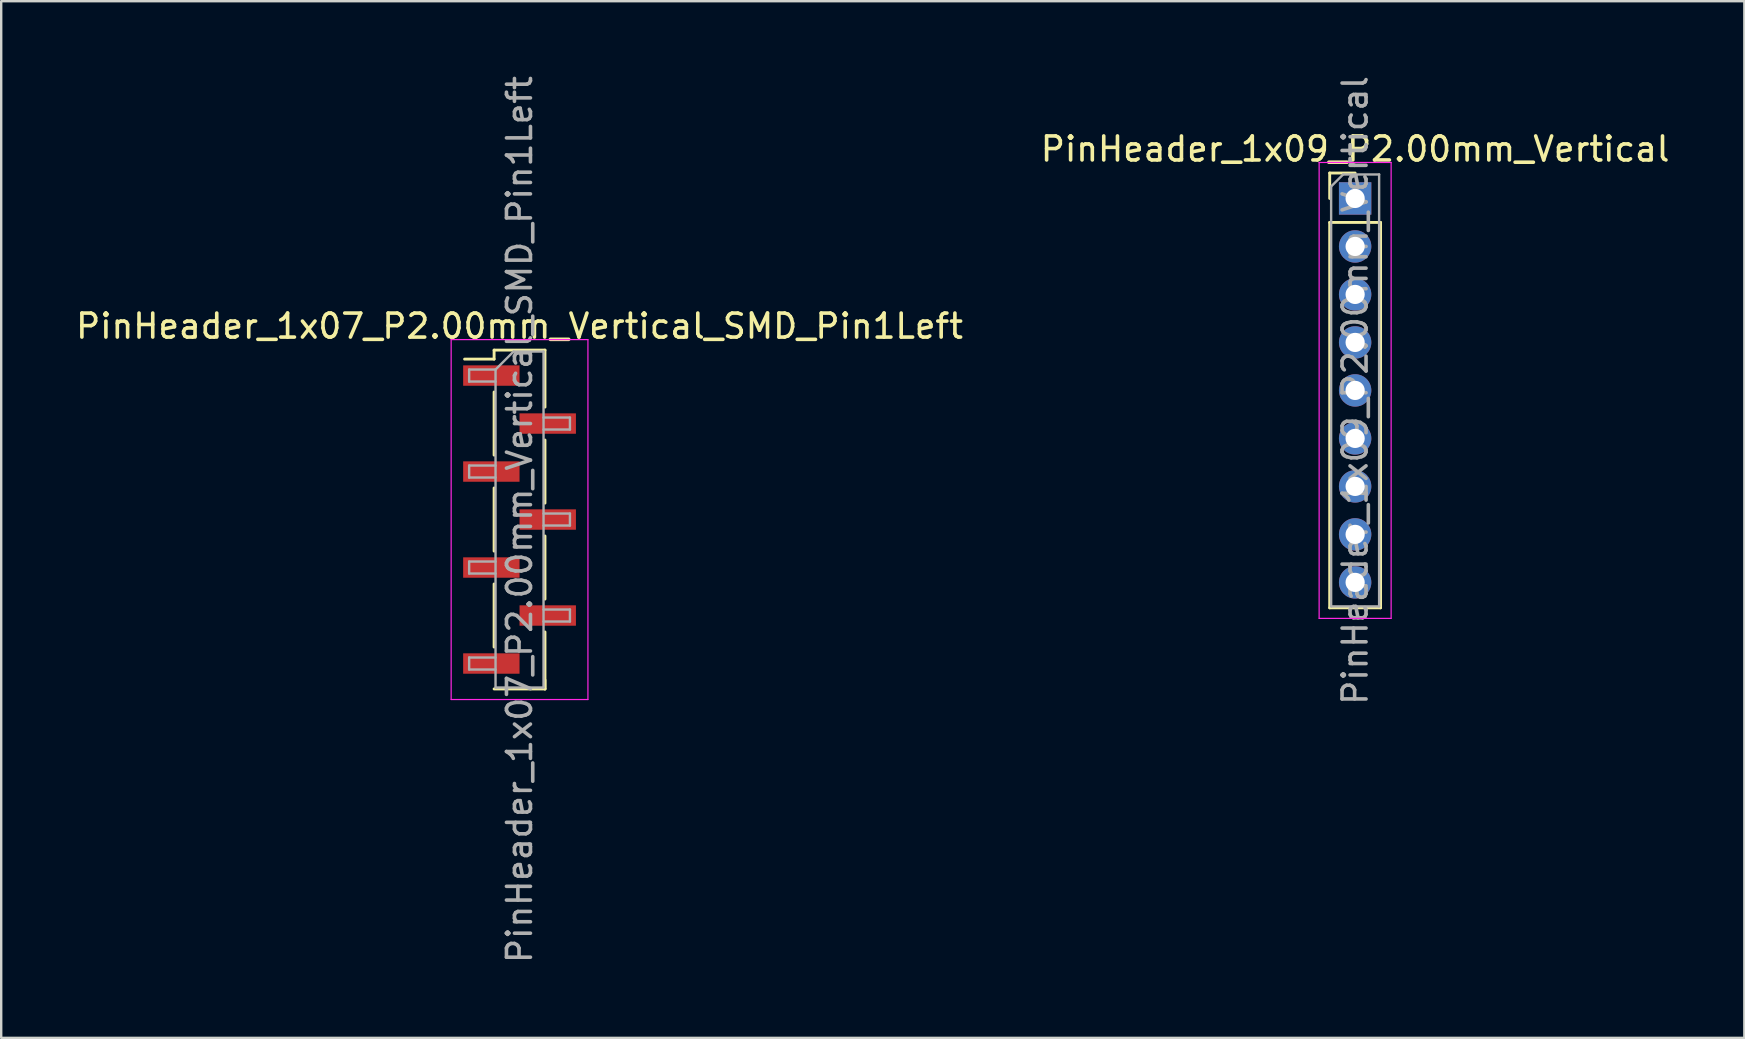
<source format=kicad_pcb>
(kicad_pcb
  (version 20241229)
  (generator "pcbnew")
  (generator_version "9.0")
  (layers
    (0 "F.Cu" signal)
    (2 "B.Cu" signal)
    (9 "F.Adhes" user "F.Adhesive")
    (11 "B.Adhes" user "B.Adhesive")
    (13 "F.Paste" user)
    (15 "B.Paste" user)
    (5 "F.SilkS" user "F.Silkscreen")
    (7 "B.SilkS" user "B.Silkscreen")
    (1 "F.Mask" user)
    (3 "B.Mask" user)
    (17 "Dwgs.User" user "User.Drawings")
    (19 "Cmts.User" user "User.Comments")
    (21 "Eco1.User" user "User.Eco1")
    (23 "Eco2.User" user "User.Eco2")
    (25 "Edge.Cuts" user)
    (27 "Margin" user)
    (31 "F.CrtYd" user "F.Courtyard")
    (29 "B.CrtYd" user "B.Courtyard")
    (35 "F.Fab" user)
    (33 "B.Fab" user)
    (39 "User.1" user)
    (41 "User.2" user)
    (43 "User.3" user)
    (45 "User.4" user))
  (footprint "PinHeader_1x07_P2.00mm_Vertical_SMD_Pin1Left"
    (layer "F.Cu")
    (at 18.601 18.601)
    (property "Reference" "PinHeader_1x07_P2.00mm_Vertical_SMD_Pin1Left" (at 0 -8.06 0) (layer "F.SilkS") (effects (font (size 1 1) (thickness 0.15))))
    (attr smd)
    (fp_line (start -1.06 -7.06) (end -1.06 -6.685) (stroke (width 0.12) (type solid)) (layer "F.SilkS"))
    (fp_line (start -1.06 -7.06) (end 1.06 -7.06) (stroke (width 0.12) (type solid)) (layer "F.SilkS"))
    (fp_line (start -1.06 -6.685) (end -2.29 -6.685) (stroke (width 0.12) (type solid)) (layer "F.SilkS"))
    (fp_line (start -1.06 -5.315) (end -1.06 -2.685) (stroke (width 0.12) (type solid)) (layer "F.SilkS"))
    (fp_line (start -1.06 -1.315) (end -1.06 1.315) (stroke (width 0.12) (type solid)) (layer "F.SilkS"))
    (fp_line (start -1.06 2.685) (end -1.06 5.315) (stroke (width 0.12) (type solid)) (layer "F.SilkS"))
    (fp_line (start -1.06 7.06) (end 1.06 7.06) (stroke (width 0.12) (type solid)) (layer "F.SilkS"))
    (fp_line (start 1.06 -7.06) (end 1.06 -4.685) (stroke (width 0.12) (type solid)) (layer "F.SilkS"))
    (fp_line (start 1.06 -3.315) (end 1.06 -0.685) (stroke (width 0.12) (type solid)) (layer "F.SilkS"))
    (fp_line (start 1.06 0.685) (end 1.06 3.315) (stroke (width 0.12) (type solid)) (layer "F.SilkS"))
    (fp_line (start 1.06 4.685) (end 1.06 7.06) (stroke (width 0.12) (type solid)) (layer "F.SilkS"))
    (fp_line (start 1.06 6.685) (end 1.06 7.06) (stroke (width 0.12) (type solid)) (layer "F.SilkS"))
    (fp_line (start -2.85 -7.5) (end -2.85 7.5) (stroke (width 0.05) (type solid)) (layer "F.CrtYd"))
    (fp_line (start -2.85 7.5) (end 2.85 7.5) (stroke (width 0.05) (type solid)) (layer "F.CrtYd"))
    (fp_line (start 2.85 -7.5) (end -2.85 -7.5) (stroke (width 0.05) (type solid)) (layer "F.CrtYd"))
    (fp_line (start 2.85 7.5) (end 2.85 -7.5) (stroke (width 0.05) (type solid)) (layer "F.CrtYd"))
    (fp_line (start -2.1 -6.25) (end -2.1 -5.75) (stroke (width 0.1) (type solid)) (layer "F.Fab"))
    (fp_line (start -2.1 -5.75) (end -1 -5.75) (stroke (width 0.1) (type solid)) (layer "F.Fab"))
    (fp_line (start -2.1 -2.25) (end -2.1 -1.75) (stroke (width 0.1) (type solid)) (layer "F.Fab"))
    (fp_line (start -2.1 -1.75) (end -1 -1.75) (stroke (width 0.1) (type solid)) (layer "F.Fab"))
    (fp_line (start -2.1 1.75) (end -2.1 2.25) (stroke (width 0.1) (type solid)) (layer "F.Fab"))
    (fp_line (start -2.1 2.25) (end -1 2.25) (stroke (width 0.1) (type solid)) (layer "F.Fab"))
    (fp_line (start -2.1 5.75) (end -2.1 6.25) (stroke (width 0.1) (type solid)) (layer "F.Fab"))
    (fp_line (start -2.1 6.25) (end -1 6.25) (stroke (width 0.1) (type solid)) (layer "F.Fab"))
    (fp_line (start -1 -6.25) (end -2.1 -6.25) (stroke (width 0.1) (type solid)) (layer "F.Fab"))
    (fp_line (start -1 -6.25) (end -0.25 -7) (stroke (width 0.1) (type solid)) (layer "F.Fab"))
    (fp_line (start -1 -2.25) (end -2.1 -2.25) (stroke (width 0.1) (type solid)) (layer "F.Fab"))
    (fp_line (start -1 1.75) (end -2.1 1.75) (stroke (width 0.1) (type solid)) (layer "F.Fab"))
    (fp_line (start -1 5.75) (end -2.1 5.75) (stroke (width 0.1) (type solid)) (layer "F.Fab"))
    (fp_line (start -1 7) (end -1 -6.25) (stroke (width 0.1) (type solid)) (layer "F.Fab"))
    (fp_line (start -0.25 -7) (end 1 -7) (stroke (width 0.1) (type solid)) (layer "F.Fab"))
    (fp_line (start 1 -7) (end 1 7) (stroke (width 0.1) (type solid)) (layer "F.Fab"))
    (fp_line (start 1 -4.25) (end 2.1 -4.25) (stroke (width 0.1) (type solid)) (layer "F.Fab"))
    (fp_line (start 1 -0.25) (end 2.1 -0.25) (stroke (width 0.1) (type solid)) (layer "F.Fab"))
    (fp_line (start 1 3.75) (end 2.1 3.75) (stroke (width 0.1) (type solid)) (layer "F.Fab"))
    (fp_line (start 1 7) (end -1 7) (stroke (width 0.1) (type solid)) (layer "F.Fab"))
    (fp_line (start 2.1 -4.25) (end 2.1 -3.75) (stroke (width 0.1) (type solid)) (layer "F.Fab"))
    (fp_line (start 2.1 -3.75) (end 1 -3.75) (stroke (width 0.1) (type solid)) (layer "F.Fab"))
    (fp_line (start 2.1 -0.25) (end 2.1 0.25) (stroke (width 0.1) (type solid)) (layer "F.Fab"))
    (fp_line (start 2.1 0.25) (end 1 0.25) (stroke (width 0.1) (type solid)) (layer "F.Fab"))
    (fp_line (start 2.1 3.75) (end 2.1 4.25) (stroke (width 0.1) (type solid)) (layer "F.Fab"))
    (fp_line (start 2.1 4.25) (end 1 4.25) (stroke (width 0.1) (type solid)) (layer "F.Fab"))
    (fp_text user "${REFERENCE}" (at 0 0 90) (layer "F.Fab") (effects (font (size 1 1) (thickness 0.15))))
    (pad "1" smd rect (at -1.175 -6) (size 2.35 0.85) (layers "F.Cu" "F.Mask" "F.Paste"))
    (pad "2" smd rect (at 1.175 -4) (size 2.35 0.85) (layers "F.Cu" "F.Mask" "F.Paste"))
    (pad "3" smd rect (at -1.175 -2) (size 2.35 0.85) (layers "F.Cu" "F.Mask" "F.Paste"))
    (pad "4" smd rect (at 1.175 0) (size 2.35 0.85) (layers "F.Cu" "F.Mask" "F.Paste"))
    (pad "5" smd rect (at -1.175 2) (size 2.35 0.85) (layers "F.Cu" "F.Mask" "F.Paste"))
    (pad "6" smd rect (at 1.175 4) (size 2.35 0.85) (layers "F.Cu" "F.Mask" "F.Paste"))
    (pad "7" smd rect (at -1.175 6) (size 2.35 0.85) (layers "F.Cu" "F.Mask" "F.Paste")))
  (footprint "PinHeader_1x09_P2.00mm_Vertical"
    (layer "F.Cu")
    (at 53.423 5.22)
    (property "Reference" "PinHeader_1x09_P2.00mm_Vertical" (at 0 -2.06 0) (layer "F.SilkS") (effects (font (size 1 1) (thickness 0.15))))
    (attr through_hole)
    (fp_line (start -1.06 -1.06) (end 0 -1.06) (stroke (width 0.12) (type solid)) (layer "F.SilkS"))
    (fp_line (start -1.06 0) (end -1.06 -1.06) (stroke (width 0.12) (type solid)) (layer "F.SilkS"))
    (fp_line (start -1.06 1) (end -1.06 17.06) (stroke (width 0.12) (type solid)) (layer "F.SilkS"))
    (fp_line (start -1.06 1) (end 1.06 1) (stroke (width 0.12) (type solid)) (layer "F.SilkS"))
    (fp_line (start -1.06 17.06) (end 1.06 17.06) (stroke (width 0.12) (type solid)) (layer "F.SilkS"))
    (fp_line (start 1.06 1) (end 1.06 17.06) (stroke (width 0.12) (type solid)) (layer "F.SilkS"))
    (fp_line (start -1.5 -1.5) (end -1.5 17.5) (stroke (width 0.05) (type solid)) (layer "F.CrtYd"))
    (fp_line (start -1.5 17.5) (end 1.5 17.5) (stroke (width 0.05) (type solid)) (layer "F.CrtYd"))
    (fp_line (start 1.5 -1.5) (end -1.5 -1.5) (stroke (width 0.05) (type solid)) (layer "F.CrtYd"))
    (fp_line (start 1.5 17.5) (end 1.5 -1.5) (stroke (width 0.05) (type solid)) (layer "F.CrtYd"))
    (fp_line (start -1 -0.5) (end -0.5 -1) (stroke (width 0.1) (type solid)) (layer "F.Fab"))
    (fp_line (start -1 17) (end -1 -0.5) (stroke (width 0.1) (type solid)) (layer "F.Fab"))
    (fp_line (start -0.5 -1) (end 1 -1) (stroke (width 0.1) (type solid)) (layer "F.Fab"))
    (fp_line (start 1 -1) (end 1 17) (stroke (width 0.1) (type solid)) (layer "F.Fab"))
    (fp_line (start 1 17) (end -1 17) (stroke (width 0.1) (type solid)) (layer "F.Fab"))
    (fp_text user "${REFERENCE}" (at 0 8 90) (layer "F.Fab") (effects (font (size 1 1) (thickness 0.15))))
    (pad "1" thru_hole rect (at 0 0) (size 1.35 1.35) (drill 0.8) (layers "*.Cu" "*.Mask"))
    (pad "2" thru_hole oval (at 0 2) (size 1.35 1.35) (drill 0.8) (layers "*.Cu" "*.Mask"))
    (pad "3" thru_hole oval (at 0 4) (size 1.35 1.35) (drill 0.8) (layers "*.Cu" "*.Mask"))
    (pad "4" thru_hole oval (at 0 6) (size 1.35 1.35) (drill 0.8) (layers "*.Cu" "*.Mask"))
    (pad "5" thru_hole oval (at 0 8) (size 1.35 1.35) (drill 0.8) (layers "*.Cu" "*.Mask"))
    (pad "6" thru_hole oval (at 0 10) (size 1.35 1.35) (drill 0.8) (layers "*.Cu" "*.Mask"))
    (pad "7" thru_hole oval (at 0 12) (size 1.35 1.35) (drill 0.8) (layers "*.Cu" "*.Mask"))
    (pad "8" thru_hole oval (at 0 14) (size 1.35 1.35) (drill 0.8) (layers "*.Cu" "*.Mask"))
    (pad "9" thru_hole oval (at 0 16) (size 1.35 1.35) (drill 0.8) (layers "*.Cu" "*.Mask")))
  (gr_rect
    (start -3 -3)
    (end 69.643 40.202)
    (stroke (width 0.1) (type default))
    (fill no)
    (layer "Edge.Cuts")))
</source>
